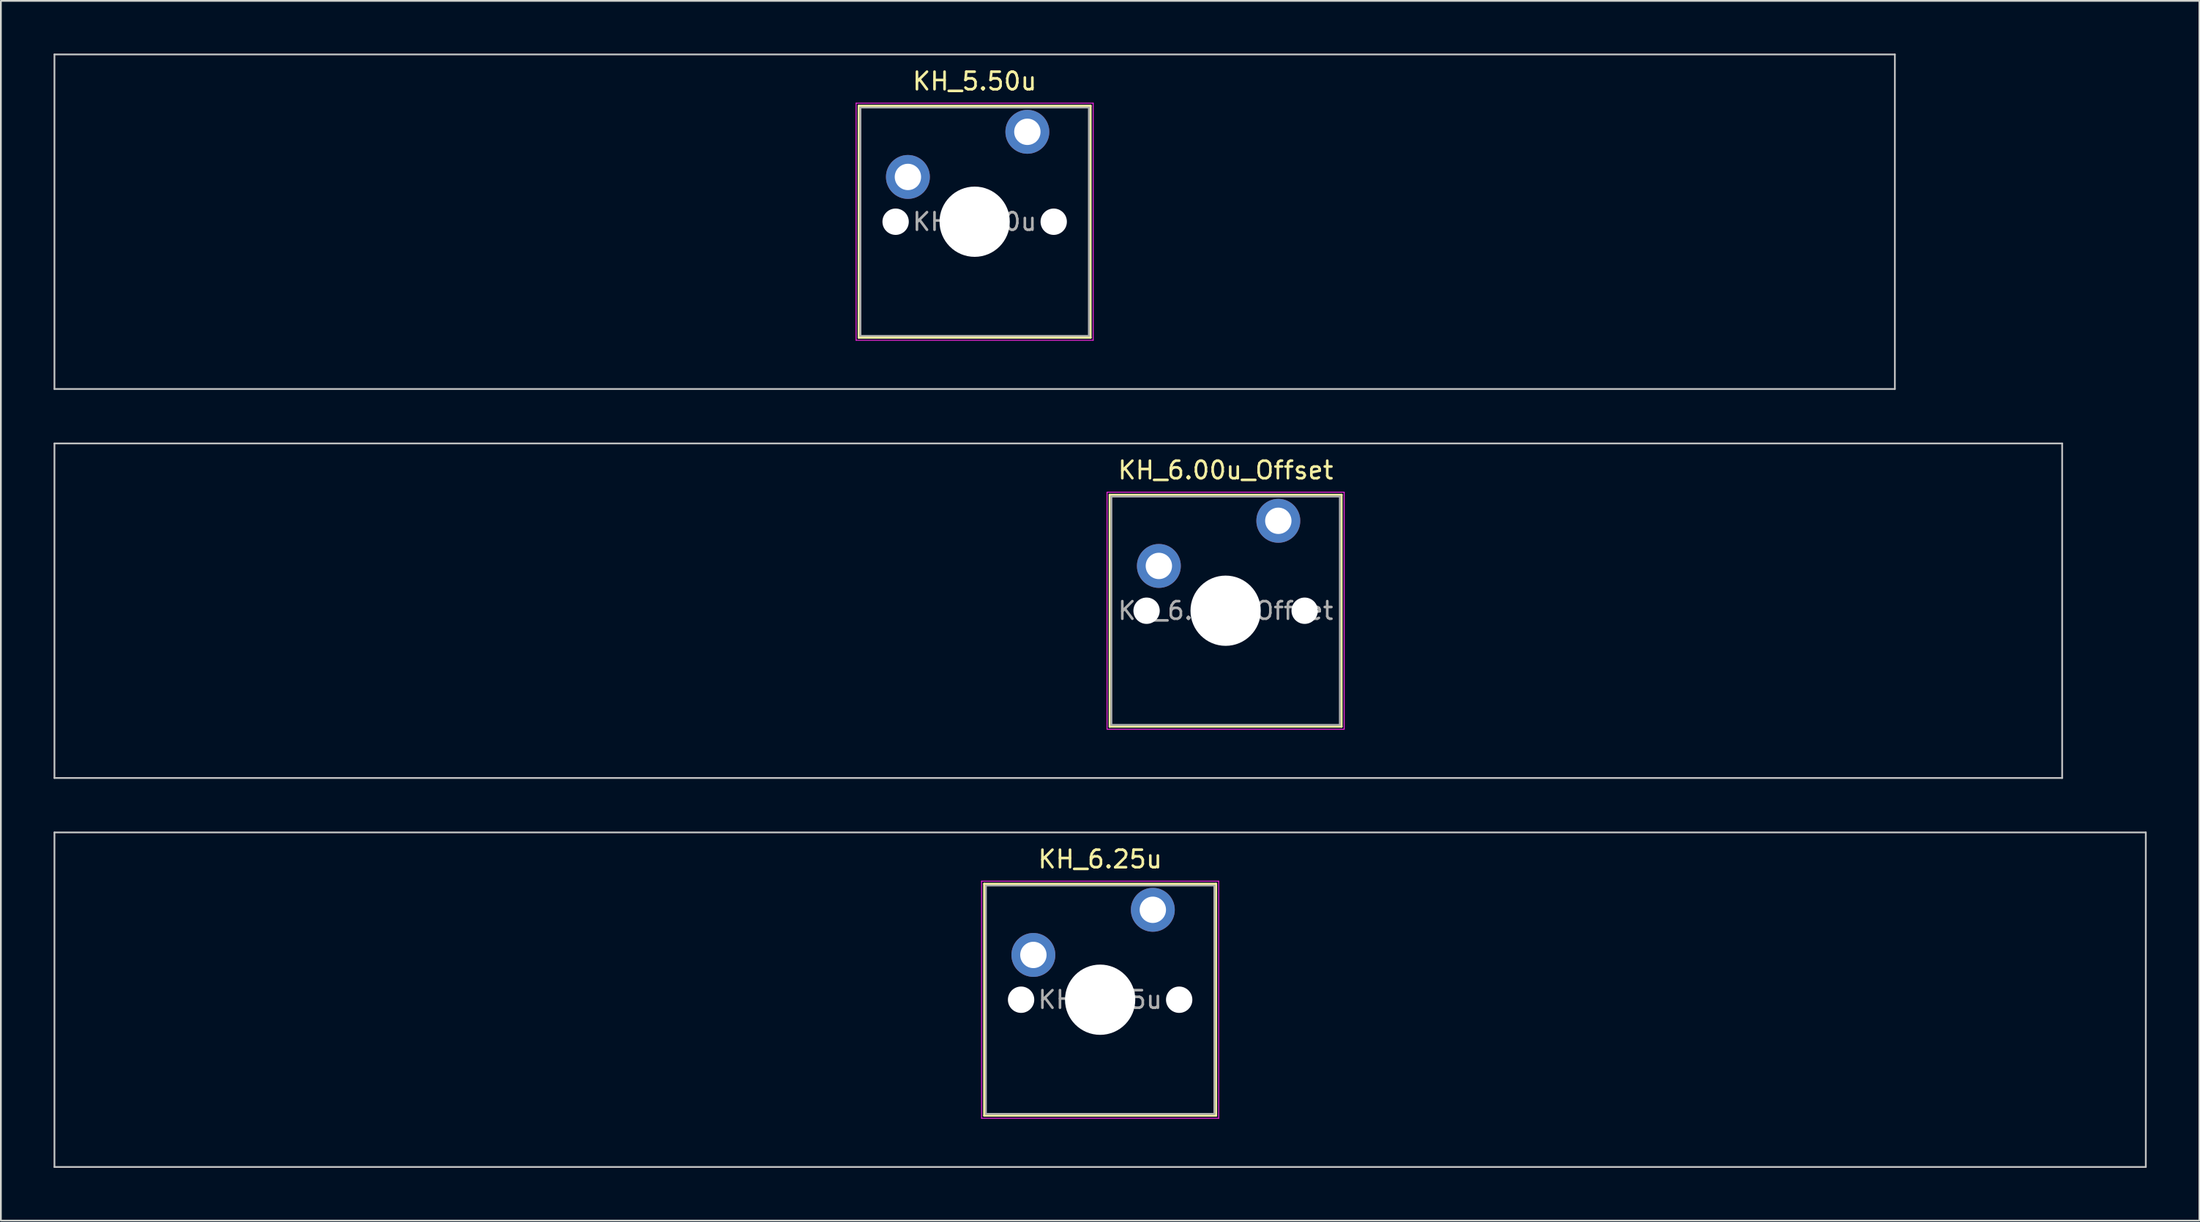
<source format=kicad_pcb>
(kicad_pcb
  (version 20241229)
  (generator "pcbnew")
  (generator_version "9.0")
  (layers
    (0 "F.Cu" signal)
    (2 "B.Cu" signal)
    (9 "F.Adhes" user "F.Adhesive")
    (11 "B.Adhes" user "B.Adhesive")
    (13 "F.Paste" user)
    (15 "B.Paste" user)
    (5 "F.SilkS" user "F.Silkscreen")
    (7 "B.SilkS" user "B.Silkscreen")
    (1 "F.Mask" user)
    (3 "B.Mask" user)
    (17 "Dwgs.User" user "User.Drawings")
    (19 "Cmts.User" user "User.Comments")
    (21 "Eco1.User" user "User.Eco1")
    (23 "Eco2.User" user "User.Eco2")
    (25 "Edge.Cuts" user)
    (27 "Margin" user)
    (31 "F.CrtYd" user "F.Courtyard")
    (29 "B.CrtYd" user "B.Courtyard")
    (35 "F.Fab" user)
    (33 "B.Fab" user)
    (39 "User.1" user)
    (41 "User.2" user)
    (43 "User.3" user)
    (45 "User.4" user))
  (footprint "KH_5.50u"
    (layer "F.Cu")
    (at 52.438 9.575)
    (property "Reference" "KH_5.50u" (at 0 -8 0) (layer "F.SilkS") (effects (font (size 1 1) (thickness 0.15))))
    (attr through_hole)
    (fp_line (start -6.6 -6.6) (end -6.6 6.6) (stroke (width 0.12) (type solid)) (layer "F.SilkS"))
    (fp_line (start -6.6 6.6) (end 6.6 6.6) (stroke (width 0.12) (type solid)) (layer "F.SilkS"))
    (fp_line (start 6.6 -6.6) (end -6.6 -6.6) (stroke (width 0.12) (type solid)) (layer "F.SilkS"))
    (fp_line (start 6.6 6.6) (end 6.6 -6.6) (stroke (width 0.12) (type solid)) (layer "F.SilkS"))
    (fp_line (start -52.388 -9.525) (end -52.388 9.525) (stroke (width 0.1) (type solid)) (layer "Dwgs.User"))
    (fp_line (start -52.388 9.525) (end 52.388 9.525) (stroke (width 0.1) (type solid)) (layer "Dwgs.User"))
    (fp_line (start 52.388 -9.525) (end -52.388 -9.525) (stroke (width 0.1) (type solid)) (layer "Dwgs.User"))
    (fp_line (start 52.388 9.525) (end 52.388 -9.525) (stroke (width 0.1) (type solid)) (layer "Dwgs.User"))
    (fp_line (start -6.1 -6.1) (end -6.1 6.1) (stroke (width 0.1) (type solid)) (layer "Eco1.User"))
    (fp_line (start -6.1 6.1) (end 6.1 6.1) (stroke (width 0.1) (type solid)) (layer "Eco1.User"))
    (fp_line (start 6.1 -6.1) (end -6.1 -6.1) (stroke (width 0.1) (type solid)) (layer "Eco1.User"))
    (fp_line (start 6.1 6.1) (end 6.1 -6.1) (stroke (width 0.1) (type solid)) (layer "Eco1.User"))
    (fp_line (start -6.75 -6.75) (end -6.75 6.75) (stroke (width 0.05) (type solid)) (layer "F.CrtYd"))
    (fp_line (start -6.75 6.75) (end 6.75 6.75) (stroke (width 0.05) (type solid)) (layer "F.CrtYd"))
    (fp_line (start 6.75 -6.75) (end -6.75 -6.75) (stroke (width 0.05) (type solid)) (layer "F.CrtYd"))
    (fp_line (start 6.75 6.75) (end 6.75 -6.75) (stroke (width 0.05) (type solid)) (layer "F.CrtYd"))
    (fp_line (start -6.5 -6.5) (end -6.5 6.5) (stroke (width 0.1) (type solid)) (layer "F.Fab"))
    (fp_line (start -6.5 6.5) (end 6.5 6.5) (stroke (width 0.1) (type solid)) (layer "F.Fab"))
    (fp_line (start 6.5 -6.5) (end -6.5 -6.5) (stroke (width 0.1) (type solid)) (layer "F.Fab"))
    (fp_line (start 6.5 6.5) (end 6.5 -6.5) (stroke (width 0.1) (type solid)) (layer "F.Fab"))
    (fp_text user "${REFERENCE}" (at 0 0 0) (layer "F.Fab") (effects (font (size 1 1) (thickness 0.15))))
    (pad "" np_thru_hole circle (at -4.5 0) (size 1.5 1.5) (drill 1.5) (layers "*.Cu" "*.Mask"))
    (pad "" np_thru_hole circle (at 0 0) (size 4 4) (drill 4) (layers "*.Cu" "*.Mask"))
    (pad "" np_thru_hole circle (at 4.5 0) (size 1.5 1.5) (drill 1.5) (layers "*.Cu" "*.Mask"))
    (pad "1" thru_hole circle (at -3.8 -2.55) (size 2.5 2.5) (drill 1.5) (layers "*.Cu" "*.Mask"))
    (pad "2" thru_hole circle (at 3 -5.12) (size 2.5 2.5) (drill 1.5) (layers "*.Cu" "*.Mask")))
  (footprint "KH_6.25u"
    (layer "F.Cu")
    (at 59.581 53.875)
    (property "Reference" "KH_6.25u" (at 0 -8 0) (layer "F.SilkS") (effects (font (size 1 1) (thickness 0.15))))
    (attr through_hole)
    (fp_line (start -6.6 -6.6) (end -6.6 6.6) (stroke (width 0.12) (type solid)) (layer "F.SilkS"))
    (fp_line (start -6.6 6.6) (end 6.6 6.6) (stroke (width 0.12) (type solid)) (layer "F.SilkS"))
    (fp_line (start 6.6 -6.6) (end -6.6 -6.6) (stroke (width 0.12) (type solid)) (layer "F.SilkS"))
    (fp_line (start 6.6 6.6) (end 6.6 -6.6) (stroke (width 0.12) (type solid)) (layer "F.SilkS"))
    (fp_line (start -59.531 -9.525) (end -59.531 9.525) (stroke (width 0.1) (type solid)) (layer "Dwgs.User"))
    (fp_line (start -59.531 9.525) (end 59.531 9.525) (stroke (width 0.1) (type solid)) (layer "Dwgs.User"))
    (fp_line (start 59.531 -9.525) (end -59.531 -9.525) (stroke (width 0.1) (type solid)) (layer "Dwgs.User"))
    (fp_line (start 59.531 9.525) (end 59.531 -9.525) (stroke (width 0.1) (type solid)) (layer "Dwgs.User"))
    (fp_line (start -6.1 -6.1) (end -6.1 6.1) (stroke (width 0.1) (type solid)) (layer "Eco1.User"))
    (fp_line (start -6.1 6.1) (end 6.1 6.1) (stroke (width 0.1) (type solid)) (layer "Eco1.User"))
    (fp_line (start 6.1 -6.1) (end -6.1 -6.1) (stroke (width 0.1) (type solid)) (layer "Eco1.User"))
    (fp_line (start 6.1 6.1) (end 6.1 -6.1) (stroke (width 0.1) (type solid)) (layer "Eco1.User"))
    (fp_line (start -6.75 -6.75) (end -6.75 6.75) (stroke (width 0.05) (type solid)) (layer "F.CrtYd"))
    (fp_line (start -6.75 6.75) (end 6.75 6.75) (stroke (width 0.05) (type solid)) (layer "F.CrtYd"))
    (fp_line (start 6.75 -6.75) (end -6.75 -6.75) (stroke (width 0.05) (type solid)) (layer "F.CrtYd"))
    (fp_line (start 6.75 6.75) (end 6.75 -6.75) (stroke (width 0.05) (type solid)) (layer "F.CrtYd"))
    (fp_line (start -6.5 -6.5) (end -6.5 6.5) (stroke (width 0.1) (type solid)) (layer "F.Fab"))
    (fp_line (start -6.5 6.5) (end 6.5 6.5) (stroke (width 0.1) (type solid)) (layer "F.Fab"))
    (fp_line (start 6.5 -6.5) (end -6.5 -6.5) (stroke (width 0.1) (type solid)) (layer "F.Fab"))
    (fp_line (start 6.5 6.5) (end 6.5 -6.5) (stroke (width 0.1) (type solid)) (layer "F.Fab"))
    (fp_text user "${REFERENCE}" (at 0 0 0) (layer "F.Fab") (effects (font (size 1 1) (thickness 0.15))))
    (pad "" np_thru_hole circle (at -4.5 0) (size 1.5 1.5) (drill 1.5) (layers "*.Cu" "*.Mask"))
    (pad "" np_thru_hole circle (at 0 0) (size 4 4) (drill 4) (layers "*.Cu" "*.Mask"))
    (pad "" np_thru_hole circle (at 4.5 0) (size 1.5 1.5) (drill 1.5) (layers "*.Cu" "*.Mask"))
    (pad "1" thru_hole circle (at -3.8 -2.55) (size 2.5 2.5) (drill 1.5) (layers "*.Cu" "*.Mask"))
    (pad "2" thru_hole circle (at 3 -5.12) (size 2.5 2.5) (drill 1.5) (layers "*.Cu" "*.Mask")))
  (footprint "KH_6.00u_Offset"
    (layer "F.Cu")
    (at 66.725 31.725)
    (property "Reference" "KH_6.00u_Offset" (at 0 -8 0) (layer "F.SilkS") (effects (font (size 1 1) (thickness 0.15))))
    (attr through_hole)
    (fp_line (start -6.6 -6.6) (end -6.6 6.6) (stroke (width 0.12) (type solid)) (layer "F.SilkS"))
    (fp_line (start -6.6 6.6) (end 6.6 6.6) (stroke (width 0.12) (type solid)) (layer "F.SilkS"))
    (fp_line (start 6.6 -6.6) (end -6.6 -6.6) (stroke (width 0.12) (type solid)) (layer "F.SilkS"))
    (fp_line (start 6.6 6.6) (end 6.6 -6.6) (stroke (width 0.12) (type solid)) (layer "F.SilkS"))
    (fp_line (start -66.675 -9.525) (end -66.675 9.525) (stroke (width 0.1) (type solid)) (layer "Dwgs.User"))
    (fp_line (start -66.675 9.525) (end 47.625 9.525) (stroke (width 0.1) (type solid)) (layer "Dwgs.User"))
    (fp_line (start 47.625 -9.525) (end -66.675 -9.525) (stroke (width 0.1) (type solid)) (layer "Dwgs.User"))
    (fp_line (start 47.625 9.525) (end 47.625 -9.525) (stroke (width 0.1) (type solid)) (layer "Dwgs.User"))
    (fp_line (start -6.1 -6.1) (end -6.1 6.1) (stroke (width 0.1) (type solid)) (layer "Eco1.User"))
    (fp_line (start -6.1 6.1) (end 6.1 6.1) (stroke (width 0.1) (type solid)) (layer "Eco1.User"))
    (fp_line (start 6.1 -6.1) (end -6.1 -6.1) (stroke (width 0.1) (type solid)) (layer "Eco1.User"))
    (fp_line (start 6.1 6.1) (end 6.1 -6.1) (stroke (width 0.1) (type solid)) (layer "Eco1.User"))
    (fp_line (start -6.75 -6.75) (end -6.75 6.75) (stroke (width 0.05) (type solid)) (layer "F.CrtYd"))
    (fp_line (start -6.75 6.75) (end 6.75 6.75) (stroke (width 0.05) (type solid)) (layer "F.CrtYd"))
    (fp_line (start 6.75 -6.75) (end -6.75 -6.75) (stroke (width 0.05) (type solid)) (layer "F.CrtYd"))
    (fp_line (start 6.75 6.75) (end 6.75 -6.75) (stroke (width 0.05) (type solid)) (layer "F.CrtYd"))
    (fp_line (start -6.5 -6.5) (end -6.5 6.5) (stroke (width 0.1) (type solid)) (layer "F.Fab"))
    (fp_line (start -6.5 6.5) (end 6.5 6.5) (stroke (width 0.1) (type solid)) (layer "F.Fab"))
    (fp_line (start 6.5 -6.5) (end -6.5 -6.5) (stroke (width 0.1) (type solid)) (layer "F.Fab"))
    (fp_line (start 6.5 6.5) (end 6.5 -6.5) (stroke (width 0.1) (type solid)) (layer "F.Fab"))
    (fp_text user "${REFERENCE}" (at 0 0 0) (layer "F.Fab") (effects (font (size 1 1) (thickness 0.15))))
    (pad "" np_thru_hole circle (at -4.5 0) (size 1.5 1.5) (drill 1.5) (layers "*.Cu" "*.Mask"))
    (pad "" np_thru_hole circle (at 0 0) (size 4 4) (drill 4) (layers "*.Cu" "*.Mask"))
    (pad "" np_thru_hole circle (at 4.5 0) (size 1.5 1.5) (drill 1.5) (layers "*.Cu" "*.Mask"))
    (pad "1" thru_hole circle (at -3.8 -2.55) (size 2.5 2.5) (drill 1.5) (layers "*.Cu" "*.Mask"))
    (pad "2" thru_hole circle (at 3 -5.12) (size 2.5 2.5) (drill 1.5) (layers "*.Cu" "*.Mask")))
  (gr_rect
    (start -3 -3)
    (end 122.162 66.45)
    (stroke (width 0.1) (type default))
    (fill no)
    (layer "Edge.Cuts")))
</source>
